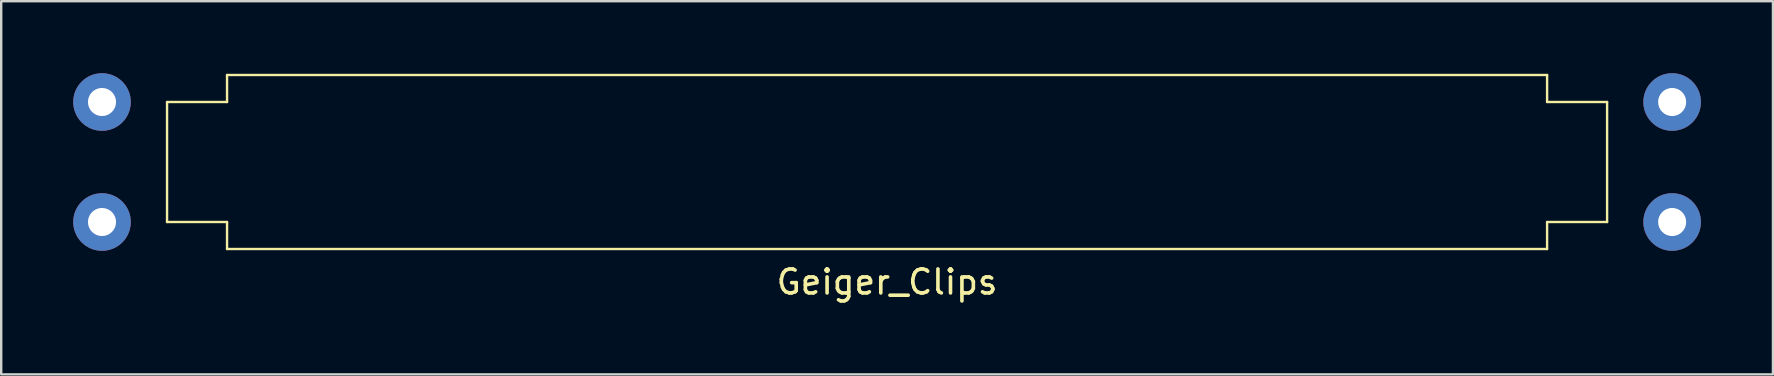
<source format=kicad_pcb>
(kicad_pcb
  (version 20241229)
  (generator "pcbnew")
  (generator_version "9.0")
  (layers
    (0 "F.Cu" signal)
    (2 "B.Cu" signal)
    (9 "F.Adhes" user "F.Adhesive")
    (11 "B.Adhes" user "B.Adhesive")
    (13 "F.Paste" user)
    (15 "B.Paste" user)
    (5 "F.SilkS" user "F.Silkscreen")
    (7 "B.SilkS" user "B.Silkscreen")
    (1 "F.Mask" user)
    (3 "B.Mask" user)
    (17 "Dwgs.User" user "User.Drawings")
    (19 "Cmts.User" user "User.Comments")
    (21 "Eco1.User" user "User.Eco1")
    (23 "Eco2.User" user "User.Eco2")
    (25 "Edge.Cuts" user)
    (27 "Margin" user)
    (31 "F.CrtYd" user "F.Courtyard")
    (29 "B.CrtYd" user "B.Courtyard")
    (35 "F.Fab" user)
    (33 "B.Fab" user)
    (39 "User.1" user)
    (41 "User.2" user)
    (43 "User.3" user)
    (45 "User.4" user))
  (footprint "Geiger_Clips"
    (layer "F.Cu")
    (at 33.91 3.7)
    (property "Reference" "Geiger_Clips" (at 0 5 0) (unlocked yes) (layer "F.SilkS") (effects (font (size 1 1) (thickness 0.15))))
    (attr through_hole)
    (fp_line (start -30 -2.5) (end -30 2.5) (stroke (width 0.1) (type default)) (layer "F.SilkS"))
    (fp_line (start -30 -2.5) (end -27.5 -2.5) (stroke (width 0.1) (type default)) (layer "F.SilkS"))
    (fp_line (start -30 2.5) (end -27.5 2.5) (stroke (width 0.1) (type default)) (layer "F.SilkS"))
    (fp_line (start -27.5 -2.5) (end -27.5 -3.625) (stroke (width 0.1) (type default)) (layer "F.SilkS"))
    (fp_line (start -27.5 2.5) (end -27.5 3.625) (stroke (width 0.1) (type default)) (layer "F.SilkS"))
    (fp_line (start 27.5 -3.625) (end -27.5 -3.625) (stroke (width 0.1) (type default)) (layer "F.SilkS"))
    (fp_line (start 27.5 -2.5) (end 27.5 -3.625) (stroke (width 0.1) (type default)) (layer "F.SilkS"))
    (fp_line (start 27.5 2.5) (end 27.5 3.625) (stroke (width 0.1) (type default)) (layer "F.SilkS"))
    (fp_line (start 27.5 3.625) (end -27.5 3.625) (stroke (width 0.1) (type default)) (layer "F.SilkS"))
    (fp_line (start 30 -2.5) (end 27.5 -2.5) (stroke (width 0.1) (type default)) (layer "F.SilkS"))
    (fp_line (start 30 -2.5) (end 30 2.5) (stroke (width 0.1) (type default)) (layer "F.SilkS"))
    (fp_line (start 30 2.5) (end 27.5 2.5) (stroke (width 0.1) (type default)) (layer "F.SilkS"))
    (pad "1" thru_hole circle (at -32.71 -2.5) (size 2.4 2.4) (drill 1.17) (layers "*.Cu" "*.Mask"))
    (pad "1" thru_hole circle (at -32.71 2.5) (size 2.4 2.4) (drill 1.17) (layers "*.Cu" "*.Mask"))
    (pad "2" thru_hole circle (at 32.71 -2.5) (size 2.4 2.4) (drill 1.17) (layers "*.Cu" "*.Mask"))
    (pad "2" thru_hole circle (at 32.71 2.5) (size 2.4 2.4) (drill 1.17) (layers "*.Cu" "*.Mask")))
  (gr_rect
    (start -3 -3)
    (end 70.82 12.548)
    (stroke (width 0.1) (type default))
    (fill no)
    (layer "Edge.Cuts")))
</source>
